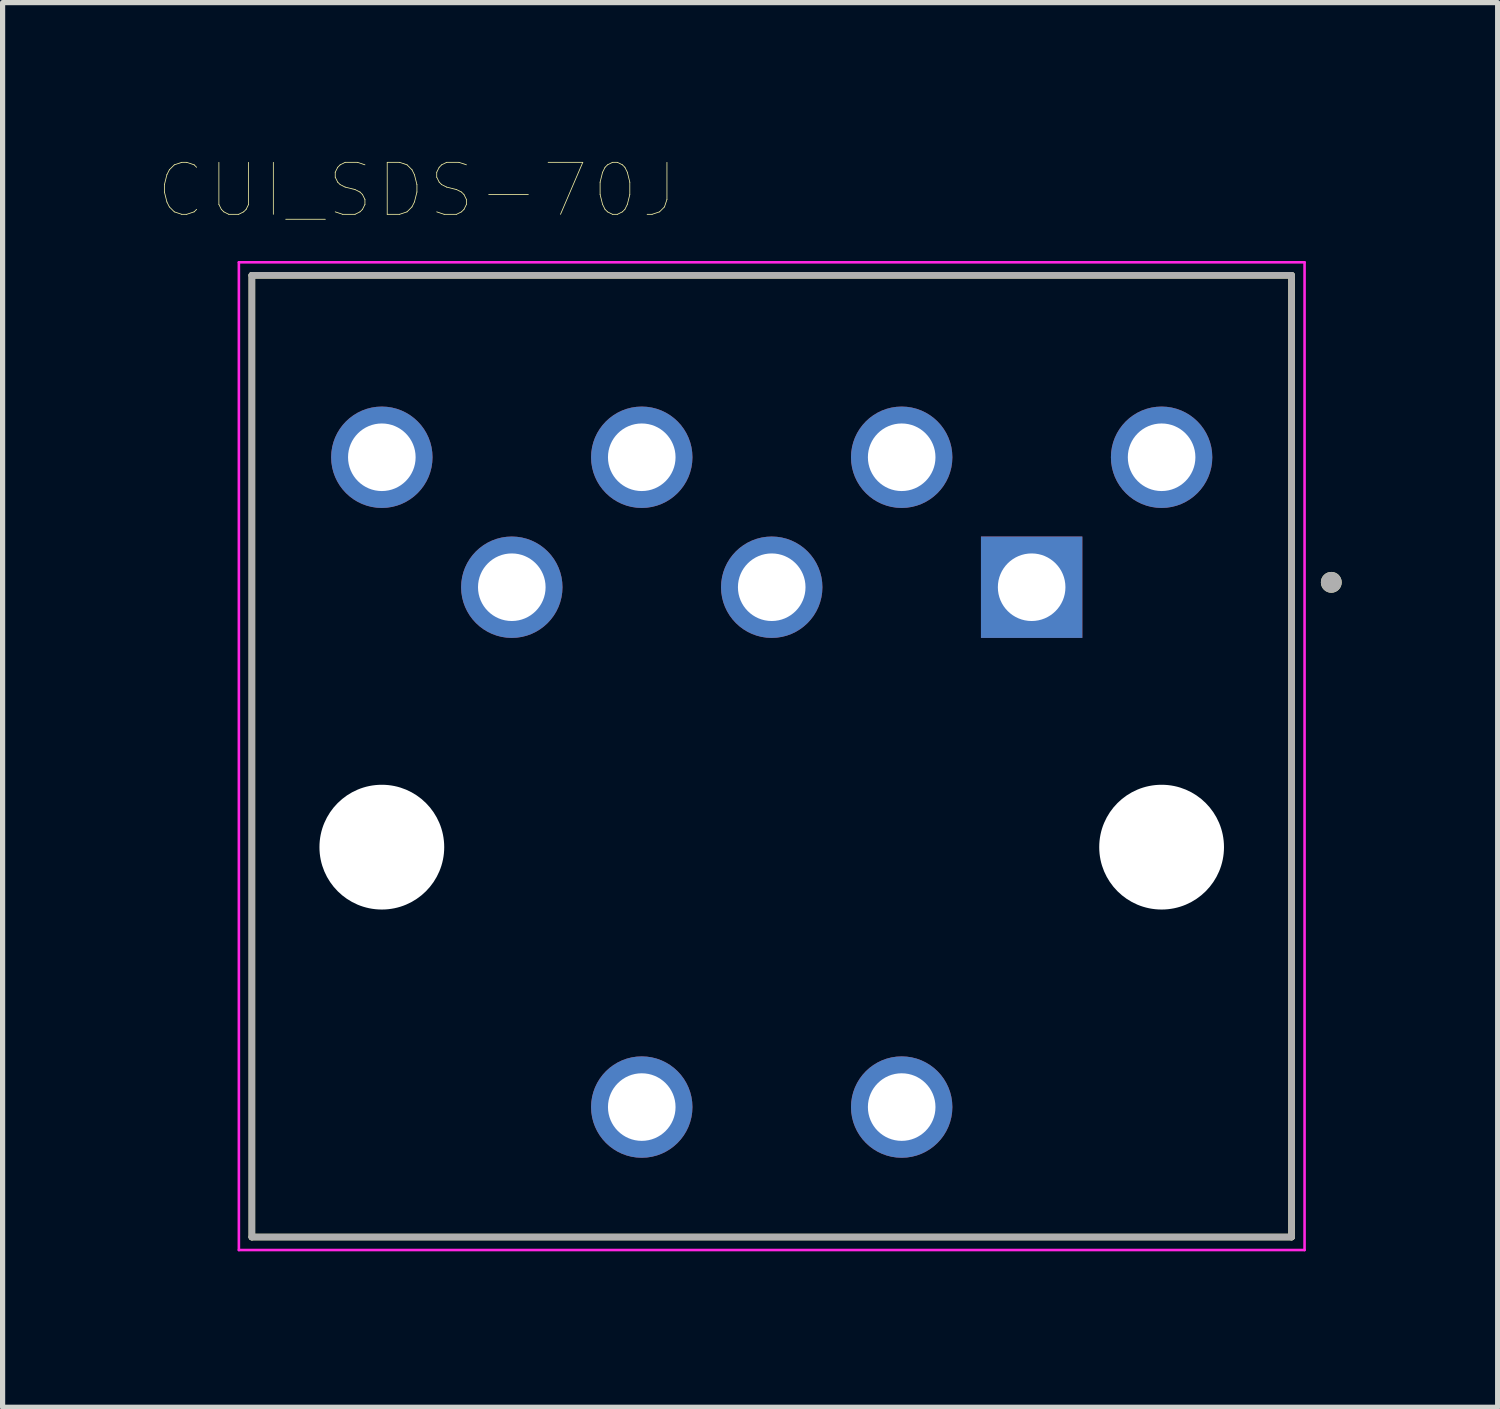
<source format=kicad_pcb>
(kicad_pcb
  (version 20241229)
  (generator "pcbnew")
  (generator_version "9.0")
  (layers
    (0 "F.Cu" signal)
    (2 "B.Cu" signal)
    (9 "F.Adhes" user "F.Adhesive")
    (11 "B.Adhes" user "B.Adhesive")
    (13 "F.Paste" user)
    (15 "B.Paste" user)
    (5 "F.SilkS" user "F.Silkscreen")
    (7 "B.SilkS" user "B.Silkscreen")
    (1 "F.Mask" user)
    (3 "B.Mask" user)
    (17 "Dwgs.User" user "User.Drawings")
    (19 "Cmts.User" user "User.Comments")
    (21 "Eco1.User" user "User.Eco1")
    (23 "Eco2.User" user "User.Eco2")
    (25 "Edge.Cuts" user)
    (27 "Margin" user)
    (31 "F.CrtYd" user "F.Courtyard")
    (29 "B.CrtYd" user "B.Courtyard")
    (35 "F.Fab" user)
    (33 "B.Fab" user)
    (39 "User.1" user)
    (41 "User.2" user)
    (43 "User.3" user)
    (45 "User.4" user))
  (footprint "CUI_SDS-70J"
    (layer "F.Cu")
    (at 11.795 13.246)
    (property "Reference" "CUI_SDS-70J" (at -6.825 -12.635 0) (layer "F.SilkS") (effects (font (size 1 1) (thickness 0.015))))
    (attr through_hole)
    (fp_line (start -10 -11) (end 10 -11) (stroke (width 0.127) (type solid)) (layer "F.SilkS"))
    (fp_line (start -10 7.5) (end -10 -11) (stroke (width 0.127) (type solid)) (layer "F.SilkS"))
    (fp_line (start -10 7.5) (end 10 7.5) (stroke (width 0.127) (type solid)) (layer "F.SilkS"))
    (fp_line (start 10 -11) (end 10 7.5) (stroke (width 0.127) (type solid)) (layer "F.SilkS"))
    (fp_circle (center 10.764 -5.094) (end 10.864 -5.094) (stroke (width 0.2) (type solid)) (fill no) (layer "F.SilkS"))
    (fp_line (start -10.25 -11.25) (end 10.25 -11.25) (stroke (width 0.05) (type solid)) (layer "F.CrtYd"))
    (fp_line (start -10.25 7.75) (end -10.25 -11.25) (stroke (width 0.05) (type solid)) (layer "F.CrtYd"))
    (fp_line (start 10.25 -11.25) (end 10.25 7.75) (stroke (width 0.05) (type solid)) (layer "F.CrtYd"))
    (fp_line (start 10.25 7.75) (end -10.25 7.75) (stroke (width 0.05) (type solid)) (layer "F.CrtYd"))
    (fp_line (start -10 -11) (end 10 -11) (stroke (width 0.127) (type solid)) (layer "F.Fab"))
    (fp_line (start -10 7.5) (end -10 -11) (stroke (width 0.127) (type solid)) (layer "F.Fab"))
    (fp_line (start 10 -11) (end 10 7.5) (stroke (width 0.127) (type solid)) (layer "F.Fab"))
    (fp_line (start 10 7.5) (end -10 7.5) (stroke (width 0.127) (type solid)) (layer "F.Fab"))
    (fp_circle (center 10.764 -5.094) (end 10.864 -5.094) (stroke (width 0.2) (type solid)) (fill no) (layer "F.Fab"))
    (pad "" np_thru_hole circle (at -7.5 0) (size 2.4 2.4) (drill 2.4) (layers "*.Cu" "*.Mask"))
    (pad "" np_thru_hole circle (at 7.5 0) (size 2.4 2.4) (drill 2.4) (layers "*.Cu" "*.Mask"))
    (pad "1" thru_hole rect (at 5 -5) (size 1.95 1.95) (drill 1.3) (layers "*.Cu" "*.Mask"))
    (pad "2" thru_hole circle (at 0 -5) (size 1.95 1.95) (drill 1.3) (layers "*.Cu" "*.Mask"))
    (pad "3" thru_hole circle (at -5 -5) (size 1.95 1.95) (drill 1.3) (layers "*.Cu" "*.Mask"))
    (pad "4" thru_hole circle (at 2.5 -7.5) (size 1.95 1.95) (drill 1.3) (layers "*.Cu" "*.Mask"))
    (pad "5" thru_hole circle (at -2.5 -7.5) (size 1.95 1.95) (drill 1.3) (layers "*.Cu" "*.Mask"))
    (pad "6" thru_hole circle (at 7.5 -7.5) (size 1.95 1.95) (drill 1.3) (layers "*.Cu" "*.Mask"))
    (pad "7" thru_hole circle (at -7.5 -7.5) (size 1.95 1.95) (drill 1.3) (layers "*.Cu" "*.Mask"))
    (pad "E1" thru_hole circle (at -2.5 5) (size 1.95 1.95) (drill 1.3) (layers "*.Cu" "*.Mask"))
    (pad "E2" thru_hole circle (at 2.5 5) (size 1.95 1.95) (drill 1.3) (layers "*.Cu" "*.Mask")))
  (gr_rect
    (start -3 -3)
    (end 25.759 24.021)
    (stroke (width 0.1) (type default))
    (fill no)
    (layer "Edge.Cuts")))
</source>
